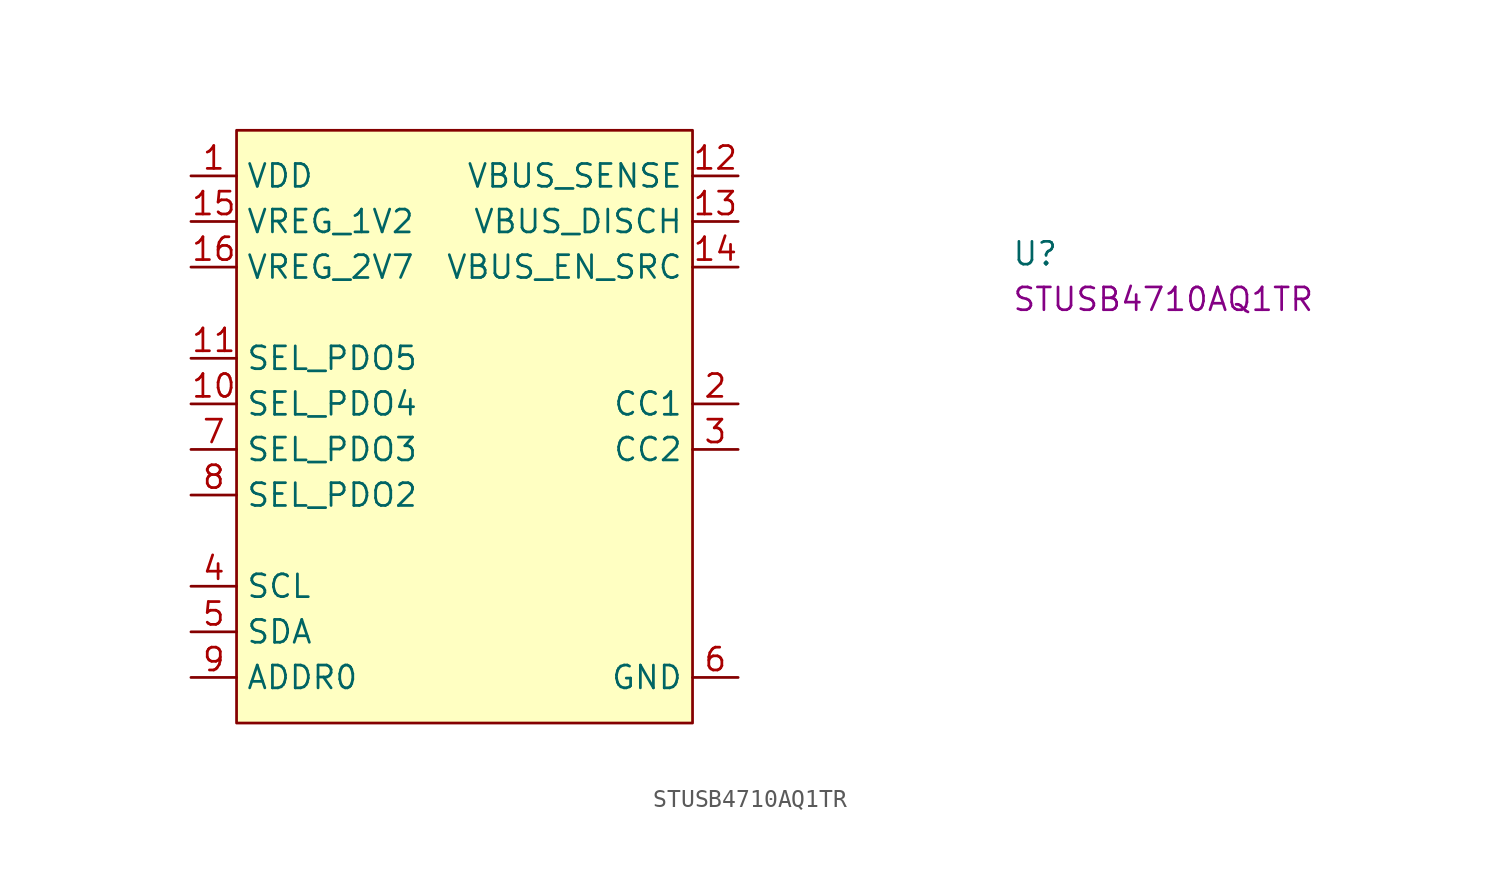
<source format=kicad_sym>
(kicad_symbol_lib
  (version 20220914)
  (generator kicad_symbol_editor)
  (symbol "STUSB4710AQ1TR"
    (property "Reference" "U"
      (at 45.72 -5.08 0)
      (effects (font (size 1.27 1.27) (thickness 0.15)) (justify left bottom)))
    (property "MPN" "STUSB4710AQ1TR"
      (at 45.72 -7.62 0)
      (effects (font (size 1.27 1.27) (thickness 0.15)) (justify left bottom)))
    (symbol "STUSB4710AQ1TR_1_1"
      (rectangle (start 2.54 2.54) (end 27.94 -30.48) (stroke (width 0) (type default)) (fill (type background)))
      (pin power_in line (at 0 0 0) (length 2.54) (name "VDD" (effects (font (size 1.27 1.27)))) (number "1" (effects (font (size 1.27 1.27)))))
      (pin open_collector line (at 0 -12.7 0) (length 2.54) (name "SEL_PDO4" (effects (font (size 1.27 1.27)))) (number "10" (effects (font (size 1.27 1.27)))))
      (pin open_collector line (at 0 -10.16 0) (length 2.54) (name "SEL_PDO5" (effects (font (size 1.27 1.27)))) (number "11" (effects (font (size 1.27 1.27)))))
      (pin input line (at 30.48 0 180) (length 2.54) (name "VBUS_SENSE" (effects (font (size 1.27 1.27)))) (number "12" (effects (font (size 1.27 1.27)))))
      (pin output line (at 30.48 -2.54 180) (length 2.54) (name "VBUS_DISCH" (effects (font (size 1.27 1.27)))) (number "13" (effects (font (size 1.27 1.27)))))
      (pin output line (at 30.48 -5.08 180) (length 2.54) (name "VBUS_EN_SRC" (effects (font (size 1.27 1.27)))) (number "14" (effects (font (size 1.27 1.27)))))
      (pin power_out line (at 0 -2.54 0) (length 2.54) (name "VREG_1V2" (effects (font (size 1.27 1.27)))) (number "15" (effects (font (size 1.27 1.27)))))
      (pin power_out line (at 0 -5.08 0) (length 2.54) (name "VREG_2V7" (effects (font (size 1.27 1.27)))) (number "16" (effects (font (size 1.27 1.27)))))
      (pin bidirectional line (at 30.48 -12.7 180) (length 2.54) (name "CC1" (effects (font (size 1.27 1.27)))) (number "2" (effects (font (size 1.27 1.27)))))
      (pin bidirectional line (at 30.48 -15.24 180) (length 2.54) (name "CC2" (effects (font (size 1.27 1.27)))) (number "3" (effects (font (size 1.27 1.27)))))
      (pin input line (at 0 -22.86 0) (length 2.54) (name "SCL" (effects (font (size 1.27 1.27)))) (number "4" (effects (font (size 1.27 1.27)))))
      (pin bidirectional line (at 0 -25.4 0) (length 2.54) (name "SDA" (effects (font (size 1.27 1.27)))) (number "5" (effects (font (size 1.27 1.27)))))
      (pin power_in line (at 30.48 -27.94 180) (length 2.54) (name "GND" (effects (font (size 1.27 1.27)))) (number "6" (effects (font (size 1.27 1.27)))))
      (pin open_collector line (at 0 -15.24 0) (length 2.54) (name "SEL_PDO3" (effects (font (size 1.27 1.27)))) (number "7" (effects (font (size 1.27 1.27)))))
      (pin open_collector line (at 0 -17.78 0) (length 2.54) (name "SEL_PDO2" (effects (font (size 1.27 1.27)))) (number "8" (effects (font (size 1.27 1.27)))))
      (pin input line (at 0 -27.94 0) (length 2.54) (name "ADDR0" (effects (font (size 1.27 1.27)))) (number "9" (effects (font (size 1.27 1.27))))))))
</source>
